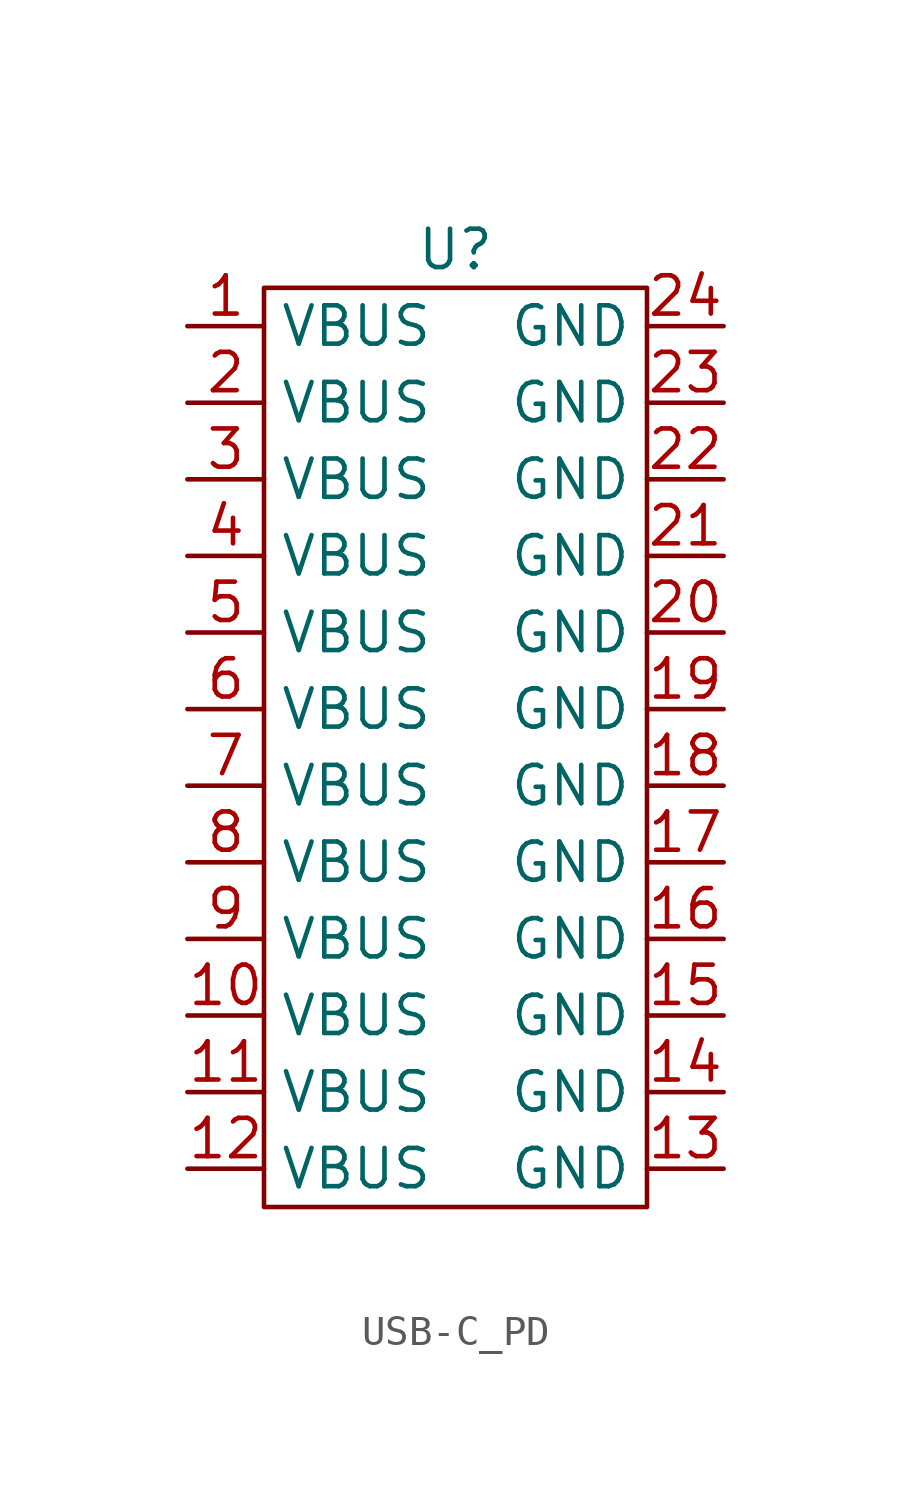
<source format=kicad_sym>
(kicad_symbol_lib
  (version 20220914)
  (generator kicad_symbol_editor)
  (symbol "USB-C_PD"
    (property "Reference" "U"
      (at 0 0 0)
      (effects (font (size 1.27 1.27))))
    (property "Value" ""
      (at 0 0 0)
      (effects (font (size 1.27 1.27))))
    (symbol "USB-C_PD_0_1"
      (rectangle (start -6.35 -1.27) (end 6.35 -31.75) (stroke (width 0) (type default)) (fill (type none))))
    (symbol "USB-C_PD_1_1"
      (pin input line (at -8.89 -2.54 0) (length 2.54) (name "VBUS" (effects (font (size 1.27 1.27)))) (number "1" (effects (font (size 1.27 1.27)))))
      (pin input line (at -8.89 -25.4 0) (length 2.54) (name "VBUS" (effects (font (size 1.27 1.27)))) (number "10" (effects (font (size 1.27 1.27)))))
      (pin input line (at -8.89 -27.94 0) (length 2.54) (name "VBUS" (effects (font (size 1.27 1.27)))) (number "11" (effects (font (size 1.27 1.27)))))
      (pin input line (at -8.89 -30.48 0) (length 2.54) (name "VBUS" (effects (font (size 1.27 1.27)))) (number "12" (effects (font (size 1.27 1.27)))))
      (pin input line (at 8.89 -30.48 180) (length 2.54) (name "GND" (effects (font (size 1.27 1.27)))) (number "13" (effects (font (size 1.27 1.27)))))
      (pin input line (at 8.89 -27.94 180) (length 2.54) (name "GND" (effects (font (size 1.27 1.27)))) (number "14" (effects (font (size 1.27 1.27)))))
      (pin input line (at 8.89 -25.4 180) (length 2.54) (name "GND" (effects (font (size 1.27 1.27)))) (number "15" (effects (font (size 1.27 1.27)))))
      (pin input line (at 8.89 -22.86 180) (length 2.54) (name "GND" (effects (font (size 1.27 1.27)))) (number "16" (effects (font (size 1.27 1.27)))))
      (pin input line (at 8.89 -20.32 180) (length 2.54) (name "GND" (effects (font (size 1.27 1.27)))) (number "17" (effects (font (size 1.27 1.27)))))
      (pin input line (at 8.89 -17.78 180) (length 2.54) (name "GND" (effects (font (size 1.27 1.27)))) (number "18" (effects (font (size 1.27 1.27)))))
      (pin input line (at 8.89 -15.24 180) (length 2.54) (name "GND" (effects (font (size 1.27 1.27)))) (number "19" (effects (font (size 1.27 1.27)))))
      (pin input line (at -8.89 -5.08 0) (length 2.54) (name "VBUS" (effects (font (size 1.27 1.27)))) (number "2" (effects (font (size 1.27 1.27)))))
      (pin input line (at 8.89 -12.7 180) (length 2.54) (name "GND" (effects (font (size 1.27 1.27)))) (number "20" (effects (font (size 1.27 1.27)))))
      (pin input line (at 8.89 -10.16 180) (length 2.54) (name "GND" (effects (font (size 1.27 1.27)))) (number "21" (effects (font (size 1.27 1.27)))))
      (pin input line (at 8.89 -7.62 180) (length 2.54) (name "GND" (effects (font (size 1.27 1.27)))) (number "22" (effects (font (size 1.27 1.27)))))
      (pin input line (at 8.89 -5.08 180) (length 2.54) (name "GND" (effects (font (size 1.27 1.27)))) (number "23" (effects (font (size 1.27 1.27)))))
      (pin input line (at 8.89 -2.54 180) (length 2.54) (name "GND" (effects (font (size 1.27 1.27)))) (number "24" (effects (font (size 1.27 1.27)))))
      (pin input line (at -8.89 -7.62 0) (length 2.54) (name "VBUS" (effects (font (size 1.27 1.27)))) (number "3" (effects (font (size 1.27 1.27)))))
      (pin input line (at -8.89 -10.16 0) (length 2.54) (name "VBUS" (effects (font (size 1.27 1.27)))) (number "4" (effects (font (size 1.27 1.27)))))
      (pin input line (at -8.89 -12.7 0) (length 2.54) (name "VBUS" (effects (font (size 1.27 1.27)))) (number "5" (effects (font (size 1.27 1.27)))))
      (pin input line (at -8.89 -15.24 0) (length 2.54) (name "VBUS" (effects (font (size 1.27 1.27)))) (number "6" (effects (font (size 1.27 1.27)))))
      (pin input line (at -8.89 -17.78 0) (length 2.54) (name "VBUS" (effects (font (size 1.27 1.27)))) (number "7" (effects (font (size 1.27 1.27)))))
      (pin input line (at -8.89 -20.32 0) (length 2.54) (name "VBUS" (effects (font (size 1.27 1.27)))) (number "8" (effects (font (size 1.27 1.27)))))
      (pin input line (at -8.89 -22.86 0) (length 2.54) (name "VBUS" (effects (font (size 1.27 1.27)))) (number "9" (effects (font (size 1.27 1.27))))))))
</source>
